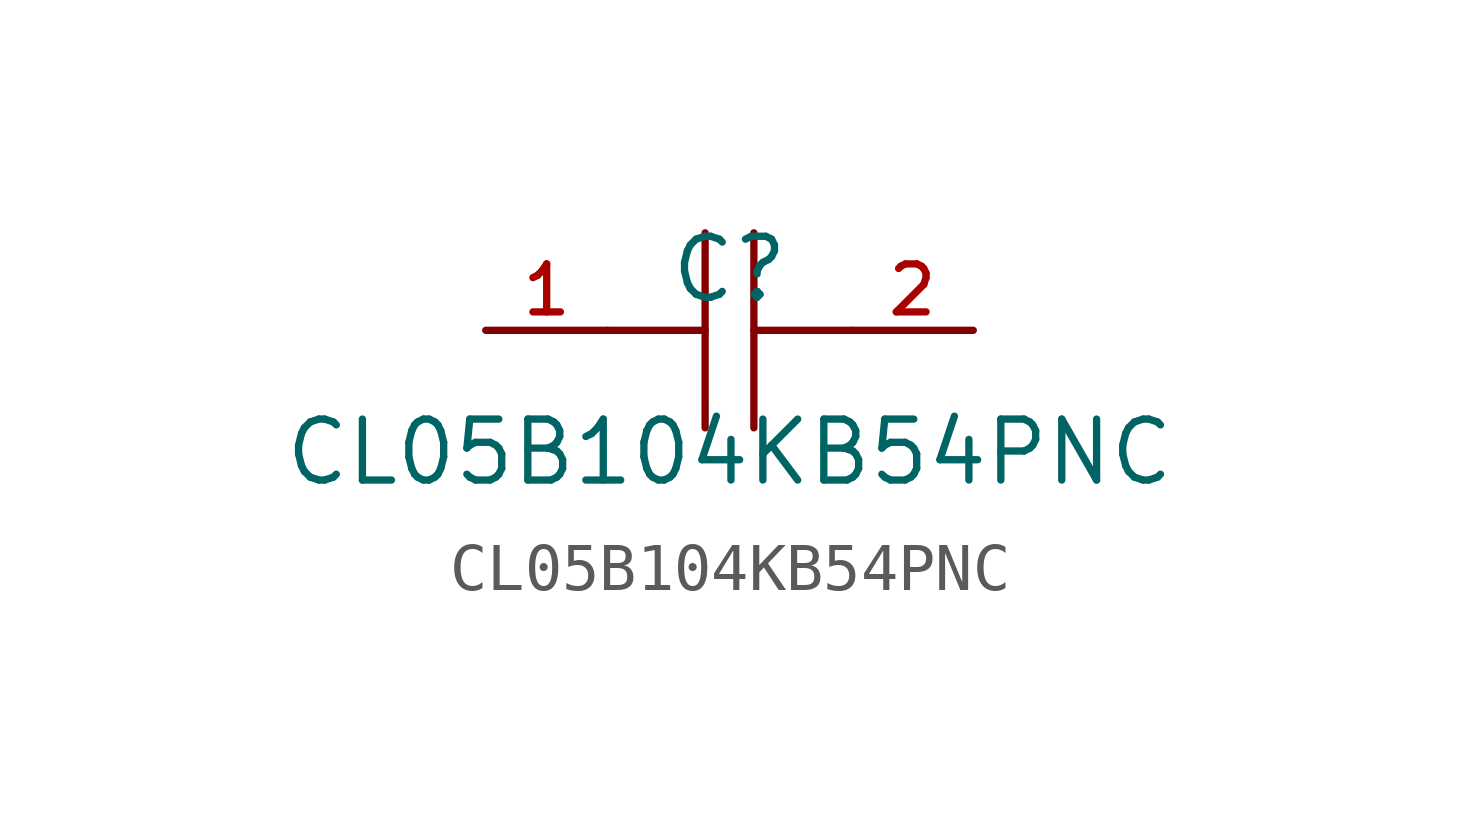
<source format=kicad_sym>
(kicad_symbol_lib
  (version 20210201)
  (generator TousstNicolas/JLC2KiCad_lib)
  (symbol "CL05B104KB54PNC"
    (pin_names hide)
    (property "Reference" "C"
      (at 0 1.27 0)
      (effects (font (size 1.27 1.27))))
    (property "Value" "CL05B104KB54PNC"
      (at 0 -2.54 0)
      (effects (font (size 1.27 1.27))))
    (symbol "CL05B104KB54PNC_0_1"
      (polyline (pts (xy -0.508 2.032) (xy -0.508 -2.032)) (stroke (width 0) (type default) (color 0 0 0 0)) (fill (type none)))
      (pin unspecified line (at -5.08 -0.0 0) (length 2.54) (name "1" (effects (font (size 1 1)))) (number "1" (effects (font (size 1 1)))))
      (polyline (pts (xy 2.54 -0.0) (xy 0.508 -0.0)) (stroke (width 0) (type default) (color 0 0 0 0)) (fill (type none)))
      (polyline (pts (xy 0.508 -2.032) (xy 0.508 2.032)) (stroke (width 0) (type default) (color 0 0 0 0)) (fill (type none)))
      (pin unspecified line (at 5.08 -0.0 180) (length 2.54) (name "2" (effects (font (size 1 1)))) (number "2" (effects (font (size 1 1)))))
      (polyline (pts (xy -0.508 -0.0) (xy -2.54 -0.0)) (stroke (width 0) (type default) (color 0 0 0 0)) (fill (type none))))))
</source>
